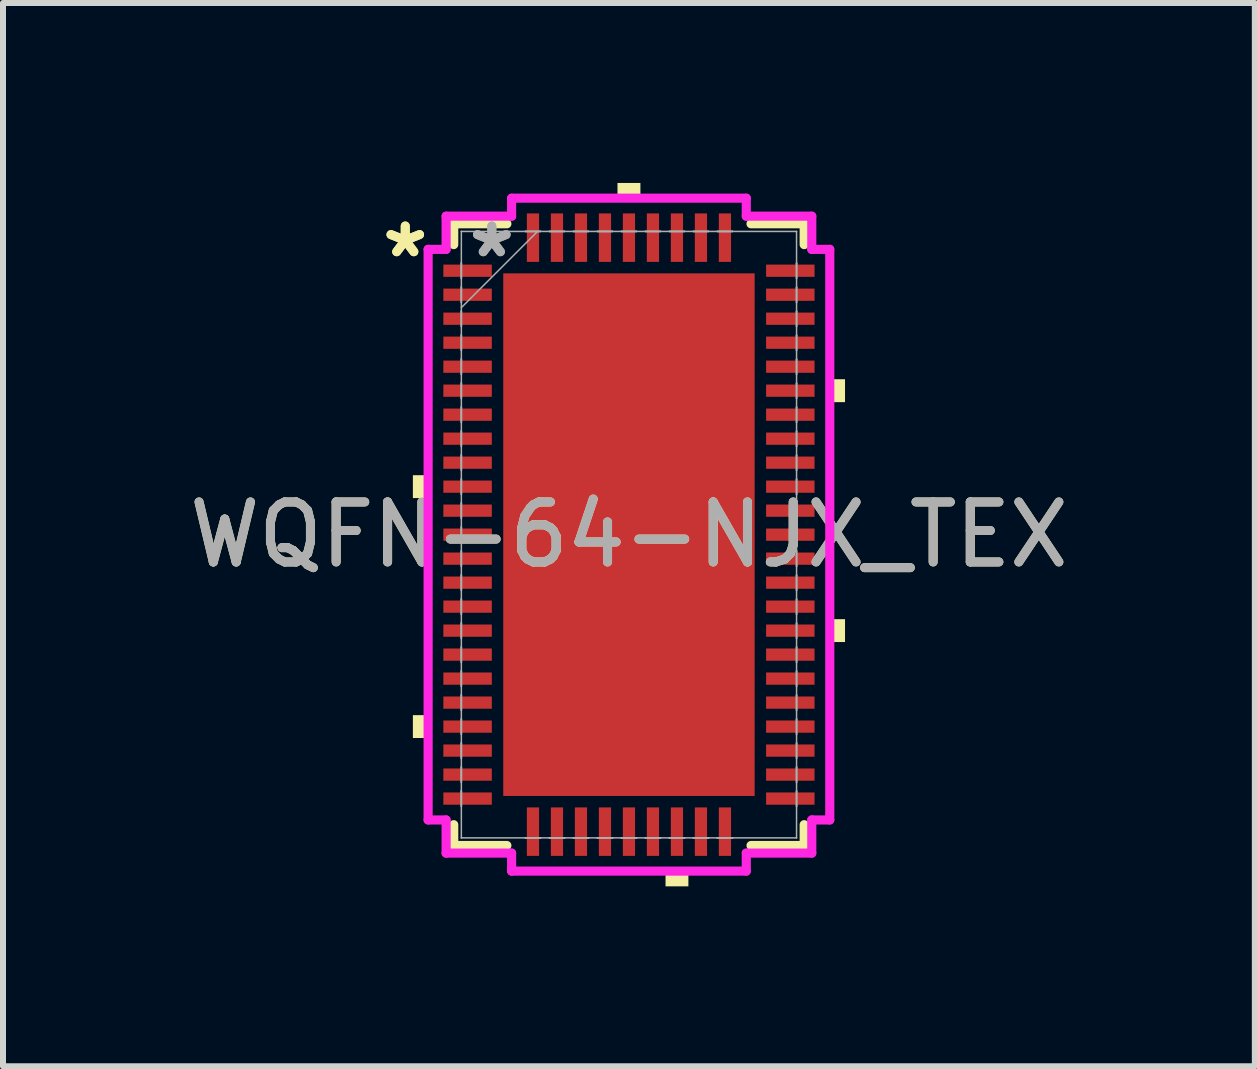
<source format=kicad_pcb>
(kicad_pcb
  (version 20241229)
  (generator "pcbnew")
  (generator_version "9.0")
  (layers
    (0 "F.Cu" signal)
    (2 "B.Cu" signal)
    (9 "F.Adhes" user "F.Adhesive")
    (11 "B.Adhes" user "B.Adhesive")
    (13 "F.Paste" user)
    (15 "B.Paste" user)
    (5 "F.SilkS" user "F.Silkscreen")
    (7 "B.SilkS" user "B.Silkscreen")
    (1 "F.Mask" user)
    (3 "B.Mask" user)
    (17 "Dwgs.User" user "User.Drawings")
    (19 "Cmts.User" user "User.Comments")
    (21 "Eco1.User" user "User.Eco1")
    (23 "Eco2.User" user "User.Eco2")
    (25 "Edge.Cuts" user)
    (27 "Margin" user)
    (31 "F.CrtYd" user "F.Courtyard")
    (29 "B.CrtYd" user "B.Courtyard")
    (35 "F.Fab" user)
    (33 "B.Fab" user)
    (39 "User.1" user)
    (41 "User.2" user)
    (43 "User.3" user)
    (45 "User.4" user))
  (footprint "WQFN-64-NJX_TEX"
    (layer "F.Cu")
    (at 7.435 5.863)
    (property "Reference" "WQFN-64-NJX_TEX" (at 0 0 0) (unlocked yes) (layer "F.SilkS") (effects (font (size 1 1) (thickness 0.15))))
    (attr smd)
    (fp_line (start -2.921 -5.182) (end -2.921 -4.835) (stroke (width 0.152) (type solid)) (layer "F.SilkS"))
    (fp_line (start -2.921 4.835) (end -2.921 5.182) (stroke (width 0.152) (type solid)) (layer "F.SilkS"))
    (fp_line (start -2.921 5.182) (end -2.035 5.182) (stroke (width 0.152) (type solid)) (layer "F.SilkS"))
    (fp_line (start -2.035 -5.182) (end -2.921 -5.182) (stroke (width 0.152) (type solid)) (layer "F.SilkS"))
    (fp_line (start 2.035 5.182) (end 2.921 5.182) (stroke (width 0.152) (type solid)) (layer "F.SilkS"))
    (fp_line (start 2.921 -5.182) (end 2.035 -5.182) (stroke (width 0.152) (type solid)) (layer "F.SilkS"))
    (fp_line (start 2.921 -4.835) (end 2.921 -5.182) (stroke (width 0.152) (type solid)) (layer "F.SilkS"))
    (fp_line (start 2.921 5.182) (end 2.921 4.835) (stroke (width 0.152) (type solid)) (layer "F.SilkS"))
    (fp_poly (pts (xy -3.602 -0.991) (xy -3.602 -0.61) (xy -3.348 -0.61) (xy -3.348 -0.991)) (stroke (width 0) (type solid)) (fill yes) (layer "F.SilkS"))
    (fp_poly (pts (xy -3.602 3.009) (xy -3.602 3.39) (xy -3.348 3.39) (xy -3.348 3.009)) (stroke (width 0) (type solid)) (fill yes) (layer "F.SilkS"))
    (fp_poly (pts (xy -0.191 -5.609) (xy -0.191 -5.863) (xy 0.191 -5.863) (xy 0.191 -5.609)) (stroke (width 0) (type solid)) (fill yes) (layer "F.SilkS"))
    (fp_poly (pts (xy 0.61 5.609) (xy 0.61 5.863) (xy 0.991 5.863) (xy 0.991 5.609)) (stroke (width 0) (type solid)) (fill yes) (layer "F.SilkS"))
    (fp_poly (pts (xy 3.602 -2.591) (xy 3.602 -2.209) (xy 3.348 -2.209) (xy 3.348 -2.591)) (stroke (width 0) (type solid)) (fill yes) (layer "F.SilkS"))
    (fp_poly (pts (xy 3.602 1.409) (xy 3.602 1.79) (xy 3.348 1.79) (xy 3.348 1.409)) (stroke (width 0) (type solid)) (fill yes) (layer "F.SilkS"))
    (fp_poly (pts (xy -1.996 -4.256) (xy -1.996 -3.004) (xy -0.798 -3.004) (xy -0.798 -4.256)) (stroke (width 0) (type solid)) (fill yes) (layer "F.Paste"))
    (fp_poly (pts (xy -1.996 -2.804) (xy -1.996 -1.552) (xy -0.798 -1.552) (xy -0.798 -2.804)) (stroke (width 0) (type solid)) (fill yes) (layer "F.Paste"))
    (fp_poly (pts (xy -1.996 -1.352) (xy -1.996 -0.1) (xy -0.798 -0.1) (xy -0.798 -1.352)) (stroke (width 0) (type solid)) (fill yes) (layer "F.Paste"))
    (fp_poly (pts (xy -1.996 0.1) (xy -1.996 1.352) (xy -0.798 1.352) (xy -0.798 0.1)) (stroke (width 0) (type solid)) (fill yes) (layer "F.Paste"))
    (fp_poly (pts (xy -1.996 1.552) (xy -1.996 2.804) (xy -0.798 2.804) (xy -0.798 1.552)) (stroke (width 0) (type solid)) (fill yes) (layer "F.Paste"))
    (fp_poly (pts (xy -1.996 3.004) (xy -1.996 4.256) (xy -0.798 4.256) (xy -0.798 3.004)) (stroke (width 0) (type solid)) (fill yes) (layer "F.Paste"))
    (fp_poly (pts (xy -0.599 -4.256) (xy -0.599 -3.004) (xy 0.599 -3.004) (xy 0.599 -4.256)) (stroke (width 0) (type solid)) (fill yes) (layer "F.Paste"))
    (fp_poly (pts (xy -0.599 -2.804) (xy -0.599 -1.552) (xy 0.599 -1.552) (xy 0.599 -2.804)) (stroke (width 0) (type solid)) (fill yes) (layer "F.Paste"))
    (fp_poly (pts (xy -0.599 -1.352) (xy -0.599 -0.1) (xy 0.599 -0.1) (xy 0.599 -1.352)) (stroke (width 0) (type solid)) (fill yes) (layer "F.Paste"))
    (fp_poly (pts (xy -0.599 0.1) (xy -0.599 1.352) (xy 0.599 1.352) (xy 0.599 0.1)) (stroke (width 0) (type solid)) (fill yes) (layer "F.Paste"))
    (fp_poly (pts (xy -0.599 1.552) (xy -0.599 2.804) (xy 0.599 2.804) (xy 0.599 1.552)) (stroke (width 0) (type solid)) (fill yes) (layer "F.Paste"))
    (fp_poly (pts (xy -0.599 3.004) (xy -0.599 4.256) (xy 0.599 4.256) (xy 0.599 3.004)) (stroke (width 0) (type solid)) (fill yes) (layer "F.Paste"))
    (fp_poly (pts (xy 0.798 -4.256) (xy 0.798 -3.004) (xy 1.996 -3.004) (xy 1.996 -4.256)) (stroke (width 0) (type solid)) (fill yes) (layer "F.Paste"))
    (fp_poly (pts (xy 0.798 -2.804) (xy 0.798 -1.552) (xy 1.996 -1.552) (xy 1.996 -2.804)) (stroke (width 0) (type solid)) (fill yes) (layer "F.Paste"))
    (fp_poly (pts (xy 0.798 -1.352) (xy 0.798 -0.1) (xy 1.996 -0.1) (xy 1.996 -1.352)) (stroke (width 0) (type solid)) (fill yes) (layer "F.Paste"))
    (fp_poly (pts (xy 0.798 0.1) (xy 0.798 1.352) (xy 1.996 1.352) (xy 1.996 0.1)) (stroke (width 0) (type solid)) (fill yes) (layer "F.Paste"))
    (fp_poly (pts (xy 0.798 1.552) (xy 0.798 2.804) (xy 1.996 2.804) (xy 1.996 1.552)) (stroke (width 0) (type solid)) (fill yes) (layer "F.Paste"))
    (fp_poly (pts (xy 0.798 3.004) (xy 0.798 4.256) (xy 1.996 4.256) (xy 1.996 3.004)) (stroke (width 0) (type solid)) (fill yes) (layer "F.Paste"))
    (fp_line (start -3.348 -4.756) (end -3.048 -4.756) (stroke (width 0.152) (type solid)) (layer "F.CrtYd"))
    (fp_line (start -3.348 4.756) (end -3.348 -4.756) (stroke (width 0.152) (type solid)) (layer "F.CrtYd"))
    (fp_line (start -3.048 -5.309) (end -1.956 -5.309) (stroke (width 0.152) (type solid)) (layer "F.CrtYd"))
    (fp_line (start -3.048 -4.756) (end -3.048 -5.309) (stroke (width 0.152) (type solid)) (layer "F.CrtYd"))
    (fp_line (start -3.048 4.756) (end -3.348 4.756) (stroke (width 0.152) (type solid)) (layer "F.CrtYd"))
    (fp_line (start -3.048 5.309) (end -3.048 4.756) (stroke (width 0.152) (type solid)) (layer "F.CrtYd"))
    (fp_line (start -1.956 -5.609) (end 1.956 -5.609) (stroke (width 0.152) (type solid)) (layer "F.CrtYd"))
    (fp_line (start -1.956 -5.309) (end -1.956 -5.609) (stroke (width 0.152) (type solid)) (layer "F.CrtYd"))
    (fp_line (start -1.956 5.309) (end -3.048 5.309) (stroke (width 0.152) (type solid)) (layer "F.CrtYd"))
    (fp_line (start -1.956 5.609) (end -1.956 5.309) (stroke (width 0.152) (type solid)) (layer "F.CrtYd"))
    (fp_line (start 1.956 -5.609) (end 1.956 -5.309) (stroke (width 0.152) (type solid)) (layer "F.CrtYd"))
    (fp_line (start 1.956 -5.309) (end 3.048 -5.309) (stroke (width 0.152) (type solid)) (layer "F.CrtYd"))
    (fp_line (start 1.956 5.309) (end 1.956 5.609) (stroke (width 0.152) (type solid)) (layer "F.CrtYd"))
    (fp_line (start 1.956 5.609) (end -1.956 5.609) (stroke (width 0.152) (type solid)) (layer "F.CrtYd"))
    (fp_line (start 3.048 -5.309) (end 3.048 -4.756) (stroke (width 0.152) (type solid)) (layer "F.CrtYd"))
    (fp_line (start 3.048 -4.756) (end 3.348 -4.756) (stroke (width 0.152) (type solid)) (layer "F.CrtYd"))
    (fp_line (start 3.048 4.756) (end 3.048 5.309) (stroke (width 0.152) (type solid)) (layer "F.CrtYd"))
    (fp_line (start 3.048 5.309) (end 1.956 5.309) (stroke (width 0.152) (type solid)) (layer "F.CrtYd"))
    (fp_line (start 3.348 -4.756) (end 3.348 4.756) (stroke (width 0.152) (type solid)) (layer "F.CrtYd"))
    (fp_line (start 3.348 4.756) (end 3.048 4.756) (stroke (width 0.152) (type solid)) (layer "F.CrtYd"))
    (fp_line (start -2.794 -5.055) (end -2.794 -5.055) (stroke (width 0.025) (type solid)) (layer "F.Fab"))
    (fp_line (start -2.794 -5.055) (end -2.794 5.055) (stroke (width 0.025) (type solid)) (layer "F.Fab"))
    (fp_line (start -2.794 -4.527) (end -2.794 -4.527) (stroke (width 0.025) (type solid)) (layer "F.Fab"))
    (fp_line (start -2.794 -4.527) (end -2.794 -4.273) (stroke (width 0.025) (type solid)) (layer "F.Fab"))
    (fp_line (start -2.794 -4.273) (end -2.794 -4.527) (stroke (width 0.025) (type solid)) (layer "F.Fab"))
    (fp_line (start -2.794 -4.273) (end -2.794 -4.273) (stroke (width 0.025) (type solid)) (layer "F.Fab"))
    (fp_line (start -2.794 -4.127) (end -2.794 -4.127) (stroke (width 0.025) (type solid)) (layer "F.Fab"))
    (fp_line (start -2.794 -4.127) (end -2.794 -3.873) (stroke (width 0.025) (type solid)) (layer "F.Fab"))
    (fp_line (start -2.794 -3.873) (end -2.794 -4.127) (stroke (width 0.025) (type solid)) (layer "F.Fab"))
    (fp_line (start -2.794 -3.873) (end -2.794 -3.873) (stroke (width 0.025) (type solid)) (layer "F.Fab"))
    (fp_line (start -2.794 -3.785) (end -1.524 -5.055) (stroke (width 0.025) (type solid)) (layer "F.Fab"))
    (fp_line (start -2.794 -3.727) (end -2.794 -3.727) (stroke (width 0.025) (type solid)) (layer "F.Fab"))
    (fp_line (start -2.794 -3.727) (end -2.794 -3.473) (stroke (width 0.025) (type solid)) (layer "F.Fab"))
    (fp_line (start -2.794 -3.473) (end -2.794 -3.727) (stroke (width 0.025) (type solid)) (layer "F.Fab"))
    (fp_line (start -2.794 -3.473) (end -2.794 -3.473) (stroke (width 0.025) (type solid)) (layer "F.Fab"))
    (fp_line (start -2.794 -3.327) (end -2.794 -3.327) (stroke (width 0.025) (type solid)) (layer "F.Fab"))
    (fp_line (start -2.794 -3.327) (end -2.794 -3.073) (stroke (width 0.025) (type solid)) (layer "F.Fab"))
    (fp_line (start -2.794 -3.073) (end -2.794 -3.327) (stroke (width 0.025) (type solid)) (layer "F.Fab"))
    (fp_line (start -2.794 -3.073) (end -2.794 -3.073) (stroke (width 0.025) (type solid)) (layer "F.Fab"))
    (fp_line (start -2.794 -2.927) (end -2.794 -2.927) (stroke (width 0.025) (type solid)) (layer "F.Fab"))
    (fp_line (start -2.794 -2.927) (end -2.794 -2.673) (stroke (width 0.025) (type solid)) (layer "F.Fab"))
    (fp_line (start -2.794 -2.673) (end -2.794 -2.927) (stroke (width 0.025) (type solid)) (layer "F.Fab"))
    (fp_line (start -2.794 -2.673) (end -2.794 -2.673) (stroke (width 0.025) (type solid)) (layer "F.Fab"))
    (fp_line (start -2.794 -2.527) (end -2.794 -2.527) (stroke (width 0.025) (type solid)) (layer "F.Fab"))
    (fp_line (start -2.794 -2.527) (end -2.794 -2.273) (stroke (width 0.025) (type solid)) (layer "F.Fab"))
    (fp_line (start -2.794 -2.273) (end -2.794 -2.527) (stroke (width 0.025) (type solid)) (layer "F.Fab"))
    (fp_line (start -2.794 -2.273) (end -2.794 -2.273) (stroke (width 0.025) (type solid)) (layer "F.Fab"))
    (fp_line (start -2.794 -2.127) (end -2.794 -2.127) (stroke (width 0.025) (type solid)) (layer "F.Fab"))
    (fp_line (start -2.794 -2.127) (end -2.794 -1.873) (stroke (width 0.025) (type solid)) (layer "F.Fab"))
    (fp_line (start -2.794 -1.873) (end -2.794 -2.127) (stroke (width 0.025) (type solid)) (layer "F.Fab"))
    (fp_line (start -2.794 -1.873) (end -2.794 -1.873) (stroke (width 0.025) (type solid)) (layer "F.Fab"))
    (fp_line (start -2.794 -1.727) (end -2.794 -1.727) (stroke (width 0.025) (type solid)) (layer "F.Fab"))
    (fp_line (start -2.794 -1.727) (end -2.794 -1.473) (stroke (width 0.025) (type solid)) (layer "F.Fab"))
    (fp_line (start -2.794 -1.473) (end -2.794 -1.727) (stroke (width 0.025) (type solid)) (layer "F.Fab"))
    (fp_line (start -2.794 -1.473) (end -2.794 -1.473) (stroke (width 0.025) (type solid)) (layer "F.Fab"))
    (fp_line (start -2.794 -1.327) (end -2.794 -1.327) (stroke (width 0.025) (type solid)) (layer "F.Fab"))
    (fp_line (start -2.794 -1.327) (end -2.794 -1.073) (stroke (width 0.025) (type solid)) (layer "F.Fab"))
    (fp_line (start -2.794 -1.073) (end -2.794 -1.327) (stroke (width 0.025) (type solid)) (layer "F.Fab"))
    (fp_line (start -2.794 -1.073) (end -2.794 -1.073) (stroke (width 0.025) (type solid)) (layer "F.Fab"))
    (fp_line (start -2.794 -0.927) (end -2.794 -0.927) (stroke (width 0.025) (type solid)) (layer "F.Fab"))
    (fp_line (start -2.794 -0.927) (end -2.794 -0.673) (stroke (width 0.025) (type solid)) (layer "F.Fab"))
    (fp_line (start -2.794 -0.673) (end -2.794 -0.927) (stroke (width 0.025) (type solid)) (layer "F.Fab"))
    (fp_line (start -2.794 -0.673) (end -2.794 -0.673) (stroke (width 0.025) (type solid)) (layer "F.Fab"))
    (fp_line (start -2.794 -0.527) (end -2.794 -0.527) (stroke (width 0.025) (type solid)) (layer "F.Fab"))
    (fp_line (start -2.794 -0.527) (end -2.794 -0.273) (stroke (width 0.025) (type solid)) (layer "F.Fab"))
    (fp_line (start -2.794 -0.273) (end -2.794 -0.527) (stroke (width 0.025) (type solid)) (layer "F.Fab"))
    (fp_line (start -2.794 -0.273) (end -2.794 -0.273) (stroke (width 0.025) (type solid)) (layer "F.Fab"))
    (fp_line (start -2.794 -0.127) (end -2.794 -0.127) (stroke (width 0.025) (type solid)) (layer "F.Fab"))
    (fp_line (start -2.794 -0.127) (end -2.794 0.127) (stroke (width 0.025) (type solid)) (layer "F.Fab"))
    (fp_line (start -2.794 0.127) (end -2.794 -0.127) (stroke (width 0.025) (type solid)) (layer "F.Fab"))
    (fp_line (start -2.794 0.127) (end -2.794 0.127) (stroke (width 0.025) (type solid)) (layer "F.Fab"))
    (fp_line (start -2.794 0.273) (end -2.794 0.273) (stroke (width 0.025) (type solid)) (layer "F.Fab"))
    (fp_line (start -2.794 0.273) (end -2.794 0.527) (stroke (width 0.025) (type solid)) (layer "F.Fab"))
    (fp_line (start -2.794 0.527) (end -2.794 0.273) (stroke (width 0.025) (type solid)) (layer "F.Fab"))
    (fp_line (start -2.794 0.527) (end -2.794 0.527) (stroke (width 0.025) (type solid)) (layer "F.Fab"))
    (fp_line (start -2.794 0.673) (end -2.794 0.673) (stroke (width 0.025) (type solid)) (layer "F.Fab"))
    (fp_line (start -2.794 0.673) (end -2.794 0.927) (stroke (width 0.025) (type solid)) (layer "F.Fab"))
    (fp_line (start -2.794 0.927) (end -2.794 0.673) (stroke (width 0.025) (type solid)) (layer "F.Fab"))
    (fp_line (start -2.794 0.927) (end -2.794 0.927) (stroke (width 0.025) (type solid)) (layer "F.Fab"))
    (fp_line (start -2.794 1.073) (end -2.794 1.073) (stroke (width 0.025) (type solid)) (layer "F.Fab"))
    (fp_line (start -2.794 1.073) (end -2.794 1.327) (stroke (width 0.025) (type solid)) (layer "F.Fab"))
    (fp_line (start -2.794 1.327) (end -2.794 1.073) (stroke (width 0.025) (type solid)) (layer "F.Fab"))
    (fp_line (start -2.794 1.327) (end -2.794 1.327) (stroke (width 0.025) (type solid)) (layer "F.Fab"))
    (fp_line (start -2.794 1.473) (end -2.794 1.473) (stroke (width 0.025) (type solid)) (layer "F.Fab"))
    (fp_line (start -2.794 1.473) (end -2.794 1.727) (stroke (width 0.025) (type solid)) (layer "F.Fab"))
    (fp_line (start -2.794 1.727) (end -2.794 1.473) (stroke (width 0.025) (type solid)) (layer "F.Fab"))
    (fp_line (start -2.794 1.727) (end -2.794 1.727) (stroke (width 0.025) (type solid)) (layer "F.Fab"))
    (fp_line (start -2.794 1.873) (end -2.794 1.873) (stroke (width 0.025) (type solid)) (layer "F.Fab"))
    (fp_line (start -2.794 1.873) (end -2.794 2.127) (stroke (width 0.025) (type solid)) (layer "F.Fab"))
    (fp_line (start -2.794 2.127) (end -2.794 1.873) (stroke (width 0.025) (type solid)) (layer "F.Fab"))
    (fp_line (start -2.794 2.127) (end -2.794 2.127) (stroke (width 0.025) (type solid)) (layer "F.Fab"))
    (fp_line (start -2.794 2.273) (end -2.794 2.273) (stroke (width 0.025) (type solid)) (layer "F.Fab"))
    (fp_line (start -2.794 2.273) (end -2.794 2.527) (stroke (width 0.025) (type solid)) (layer "F.Fab"))
    (fp_line (start -2.794 2.527) (end -2.794 2.273) (stroke (width 0.025) (type solid)) (layer "F.Fab"))
    (fp_line (start -2.794 2.527) (end -2.794 2.527) (stroke (width 0.025) (type solid)) (layer "F.Fab"))
    (fp_line (start -2.794 2.673) (end -2.794 2.673) (stroke (width 0.025) (type solid)) (layer "F.Fab"))
    (fp_line (start -2.794 2.673) (end -2.794 2.927) (stroke (width 0.025) (type solid)) (layer "F.Fab"))
    (fp_line (start -2.794 2.927) (end -2.794 2.673) (stroke (width 0.025) (type solid)) (layer "F.Fab"))
    (fp_line (start -2.794 2.927) (end -2.794 2.927) (stroke (width 0.025) (type solid)) (layer "F.Fab"))
    (fp_line (start -2.794 3.073) (end -2.794 3.073) (stroke (width 0.025) (type solid)) (layer "F.Fab"))
    (fp_line (start -2.794 3.073) (end -2.794 3.327) (stroke (width 0.025) (type solid)) (layer "F.Fab"))
    (fp_line (start -2.794 3.327) (end -2.794 3.073) (stroke (width 0.025) (type solid)) (layer "F.Fab"))
    (fp_line (start -2.794 3.327) (end -2.794 3.327) (stroke (width 0.025) (type solid)) (layer "F.Fab"))
    (fp_line (start -2.794 3.473) (end -2.794 3.473) (stroke (width 0.025) (type solid)) (layer "F.Fab"))
    (fp_line (start -2.794 3.473) (end -2.794 3.727) (stroke (width 0.025) (type solid)) (layer "F.Fab"))
    (fp_line (start -2.794 3.727) (end -2.794 3.473) (stroke (width 0.025) (type solid)) (layer "F.Fab"))
    (fp_line (start -2.794 3.727) (end -2.794 3.727) (stroke (width 0.025) (type solid)) (layer "F.Fab"))
    (fp_line (start -2.794 3.873) (end -2.794 3.873) (stroke (width 0.025) (type solid)) (layer "F.Fab"))
    (fp_line (start -2.794 3.873) (end -2.794 4.127) (stroke (width 0.025) (type solid)) (layer "F.Fab"))
    (fp_line (start -2.794 4.127) (end -2.794 3.873) (stroke (width 0.025) (type solid)) (layer "F.Fab"))
    (fp_line (start -2.794 4.127) (end -2.794 4.127) (stroke (width 0.025) (type solid)) (layer "F.Fab"))
    (fp_line (start -2.794 4.273) (end -2.794 4.273) (stroke (width 0.025) (type solid)) (layer "F.Fab"))
    (fp_line (start -2.794 4.273) (end -2.794 4.527) (stroke (width 0.025) (type solid)) (layer "F.Fab"))
    (fp_line (start -2.794 4.527) (end -2.794 4.273) (stroke (width 0.025) (type solid)) (layer "F.Fab"))
    (fp_line (start -2.794 4.527) (end -2.794 4.527) (stroke (width 0.025) (type solid)) (layer "F.Fab"))
    (fp_line (start -2.794 5.055) (end -2.794 5.055) (stroke (width 0.025) (type solid)) (layer "F.Fab"))
    (fp_line (start -2.794 5.055) (end 2.794 5.055) (stroke (width 0.025) (type solid)) (layer "F.Fab"))
    (fp_line (start -1.727 -5.055) (end -1.727 -5.055) (stroke (width 0.025) (type solid)) (layer "F.Fab"))
    (fp_line (start -1.727 -5.055) (end -1.473 -5.055) (stroke (width 0.025) (type solid)) (layer "F.Fab"))
    (fp_line (start -1.727 5.055) (end -1.727 5.055) (stroke (width 0.025) (type solid)) (layer "F.Fab"))
    (fp_line (start -1.727 5.055) (end -1.473 5.055) (stroke (width 0.025) (type solid)) (layer "F.Fab"))
    (fp_line (start -1.473 -5.055) (end -1.727 -5.055) (stroke (width 0.025) (type solid)) (layer "F.Fab"))
    (fp_line (start -1.473 -5.055) (end -1.473 -5.055) (stroke (width 0.025) (type solid)) (layer "F.Fab"))
    (fp_line (start -1.473 5.055) (end -1.727 5.055) (stroke (width 0.025) (type solid)) (layer "F.Fab"))
    (fp_line (start -1.473 5.055) (end -1.473 5.055) (stroke (width 0.025) (type solid)) (layer "F.Fab"))
    (fp_line (start -1.327 -5.055) (end -1.327 -5.055) (stroke (width 0.025) (type solid)) (layer "F.Fab"))
    (fp_line (start -1.327 -5.055) (end -1.073 -5.055) (stroke (width 0.025) (type solid)) (layer "F.Fab"))
    (fp_line (start -1.327 5.055) (end -1.327 5.055) (stroke (width 0.025) (type solid)) (layer "F.Fab"))
    (fp_line (start -1.327 5.055) (end -1.073 5.055) (stroke (width 0.025) (type solid)) (layer "F.Fab"))
    (fp_line (start -1.073 -5.055) (end -1.327 -5.055) (stroke (width 0.025) (type solid)) (layer "F.Fab"))
    (fp_line (start -1.073 -5.055) (end -1.073 -5.055) (stroke (width 0.025) (type solid)) (layer "F.Fab"))
    (fp_line (start -1.073 5.055) (end -1.327 5.055) (stroke (width 0.025) (type solid)) (layer "F.Fab"))
    (fp_line (start -1.073 5.055) (end -1.073 5.055) (stroke (width 0.025) (type solid)) (layer "F.Fab"))
    (fp_line (start -0.927 -5.055) (end -0.927 -5.055) (stroke (width 0.025) (type solid)) (layer "F.Fab"))
    (fp_line (start -0.927 -5.055) (end -0.673 -5.055) (stroke (width 0.025) (type solid)) (layer "F.Fab"))
    (fp_line (start -0.927 5.055) (end -0.927 5.055) (stroke (width 0.025) (type solid)) (layer "F.Fab"))
    (fp_line (start -0.927 5.055) (end -0.673 5.055) (stroke (width 0.025) (type solid)) (layer "F.Fab"))
    (fp_line (start -0.673 -5.055) (end -0.927 -5.055) (stroke (width 0.025) (type solid)) (layer "F.Fab"))
    (fp_line (start -0.673 -5.055) (end -0.673 -5.055) (stroke (width 0.025) (type solid)) (layer "F.Fab"))
    (fp_line (start -0.673 5.055) (end -0.927 5.055) (stroke (width 0.025) (type solid)) (layer "F.Fab"))
    (fp_line (start -0.673 5.055) (end -0.673 5.055) (stroke (width 0.025) (type solid)) (layer "F.Fab"))
    (fp_line (start -0.527 -5.055) (end -0.527 -5.055) (stroke (width 0.025) (type solid)) (layer "F.Fab"))
    (fp_line (start -0.527 -5.055) (end -0.273 -5.055) (stroke (width 0.025) (type solid)) (layer "F.Fab"))
    (fp_line (start -0.527 5.055) (end -0.527 5.055) (stroke (width 0.025) (type solid)) (layer "F.Fab"))
    (fp_line (start -0.527 5.055) (end -0.273 5.055) (stroke (width 0.025) (type solid)) (layer "F.Fab"))
    (fp_line (start -0.273 -5.055) (end -0.527 -5.055) (stroke (width 0.025) (type solid)) (layer "F.Fab"))
    (fp_line (start -0.273 -5.055) (end -0.273 -5.055) (stroke (width 0.025) (type solid)) (layer "F.Fab"))
    (fp_line (start -0.273 5.055) (end -0.527 5.055) (stroke (width 0.025) (type solid)) (layer "F.Fab"))
    (fp_line (start -0.273 5.055) (end -0.273 5.055) (stroke (width 0.025) (type solid)) (layer "F.Fab"))
    (fp_line (start -0.127 -5.055) (end -0.127 -5.055) (stroke (width 0.025) (type solid)) (layer "F.Fab"))
    (fp_line (start -0.127 -5.055) (end 0.127 -5.055) (stroke (width 0.025) (type solid)) (layer "F.Fab"))
    (fp_line (start -0.127 5.055) (end -0.127 5.055) (stroke (width 0.025) (type solid)) (layer "F.Fab"))
    (fp_line (start -0.127 5.055) (end 0.127 5.055) (stroke (width 0.025) (type solid)) (layer "F.Fab"))
    (fp_line (start 0.127 -5.055) (end -0.127 -5.055) (stroke (width 0.025) (type solid)) (layer "F.Fab"))
    (fp_line (start 0.127 -5.055) (end 0.127 -5.055) (stroke (width 0.025) (type solid)) (layer "F.Fab"))
    (fp_line (start 0.127 5.055) (end -0.127 5.055) (stroke (width 0.025) (type solid)) (layer "F.Fab"))
    (fp_line (start 0.127 5.055) (end 0.127 5.055) (stroke (width 0.025) (type solid)) (layer "F.Fab"))
    (fp_line (start 0.273 -5.055) (end 0.273 -5.055) (stroke (width 0.025) (type solid)) (layer "F.Fab"))
    (fp_line (start 0.273 -5.055) (end 0.527 -5.055) (stroke (width 0.025) (type solid)) (layer "F.Fab"))
    (fp_line (start 0.273 5.055) (end 0.273 5.055) (stroke (width 0.025) (type solid)) (layer "F.Fab"))
    (fp_line (start 0.273 5.055) (end 0.527 5.055) (stroke (width 0.025) (type solid)) (layer "F.Fab"))
    (fp_line (start 0.527 -5.055) (end 0.273 -5.055) (stroke (width 0.025) (type solid)) (layer "F.Fab"))
    (fp_line (start 0.527 -5.055) (end 0.527 -5.055) (stroke (width 0.025) (type solid)) (layer "F.Fab"))
    (fp_line (start 0.527 5.055) (end 0.273 5.055) (stroke (width 0.025) (type solid)) (layer "F.Fab"))
    (fp_line (start 0.527 5.055) (end 0.527 5.055) (stroke (width 0.025) (type solid)) (layer "F.Fab"))
    (fp_line (start 0.673 -5.055) (end 0.673 -5.055) (stroke (width 0.025) (type solid)) (layer "F.Fab"))
    (fp_line (start 0.673 -5.055) (end 0.927 -5.055) (stroke (width 0.025) (type solid)) (layer "F.Fab"))
    (fp_line (start 0.673 5.055) (end 0.673 5.055) (stroke (width 0.025) (type solid)) (layer "F.Fab"))
    (fp_line (start 0.673 5.055) (end 0.927 5.055) (stroke (width 0.025) (type solid)) (layer "F.Fab"))
    (fp_line (start 0.927 -5.055) (end 0.673 -5.055) (stroke (width 0.025) (type solid)) (layer "F.Fab"))
    (fp_line (start 0.927 -5.055) (end 0.927 -5.055) (stroke (width 0.025) (type solid)) (layer "F.Fab"))
    (fp_line (start 0.927 5.055) (end 0.673 5.055) (stroke (width 0.025) (type solid)) (layer "F.Fab"))
    (fp_line (start 0.927 5.055) (end 0.927 5.055) (stroke (width 0.025) (type solid)) (layer "F.Fab"))
    (fp_line (start 1.073 -5.055) (end 1.073 -5.055) (stroke (width 0.025) (type solid)) (layer "F.Fab"))
    (fp_line (start 1.073 -5.055) (end 1.327 -5.055) (stroke (width 0.025) (type solid)) (layer "F.Fab"))
    (fp_line (start 1.073 5.055) (end 1.073 5.055) (stroke (width 0.025) (type solid)) (layer "F.Fab"))
    (fp_line (start 1.073 5.055) (end 1.327 5.055) (stroke (width 0.025) (type solid)) (layer "F.Fab"))
    (fp_line (start 1.327 -5.055) (end 1.073 -5.055) (stroke (width 0.025) (type solid)) (layer "F.Fab"))
    (fp_line (start 1.327 -5.055) (end 1.327 -5.055) (stroke (width 0.025) (type solid)) (layer "F.Fab"))
    (fp_line (start 1.327 5.055) (end 1.073 5.055) (stroke (width 0.025) (type solid)) (layer "F.Fab"))
    (fp_line (start 1.327 5.055) (end 1.327 5.055) (stroke (width 0.025) (type solid)) (layer "F.Fab"))
    (fp_line (start 1.473 -5.055) (end 1.473 -5.055) (stroke (width 0.025) (type solid)) (layer "F.Fab"))
    (fp_line (start 1.473 -5.055) (end 1.727 -5.055) (stroke (width 0.025) (type solid)) (layer "F.Fab"))
    (fp_line (start 1.473 5.055) (end 1.473 5.055) (stroke (width 0.025) (type solid)) (layer "F.Fab"))
    (fp_line (start 1.473 5.055) (end 1.727 5.055) (stroke (width 0.025) (type solid)) (layer "F.Fab"))
    (fp_line (start 1.727 -5.055) (end 1.473 -5.055) (stroke (width 0.025) (type solid)) (layer "F.Fab"))
    (fp_line (start 1.727 -5.055) (end 1.727 -5.055) (stroke (width 0.025) (type solid)) (layer "F.Fab"))
    (fp_line (start 1.727 5.055) (end 1.473 5.055) (stroke (width 0.025) (type solid)) (layer "F.Fab"))
    (fp_line (start 1.727 5.055) (end 1.727 5.055) (stroke (width 0.025) (type solid)) (layer "F.Fab"))
    (fp_line (start 2.794 -5.055) (end -2.794 -5.055) (stroke (width 0.025) (type solid)) (layer "F.Fab"))
    (fp_line (start 2.794 -5.055) (end 2.794 -5.055) (stroke (width 0.025) (type solid)) (layer "F.Fab"))
    (fp_line (start 2.794 -4.527) (end 2.794 -4.527) (stroke (width 0.025) (type solid)) (layer "F.Fab"))
    (fp_line (start 2.794 -4.527) (end 2.794 -4.273) (stroke (width 0.025) (type solid)) (layer "F.Fab"))
    (fp_line (start 2.794 -4.273) (end 2.794 -4.527) (stroke (width 0.025) (type solid)) (layer "F.Fab"))
    (fp_line (start 2.794 -4.273) (end 2.794 -4.273) (stroke (width 0.025) (type solid)) (layer "F.Fab"))
    (fp_line (start 2.794 -4.127) (end 2.794 -4.127) (stroke (width 0.025) (type solid)) (layer "F.Fab"))
    (fp_line (start 2.794 -4.127) (end 2.794 -3.873) (stroke (width 0.025) (type solid)) (layer "F.Fab"))
    (fp_line (start 2.794 -3.873) (end 2.794 -4.127) (stroke (width 0.025) (type solid)) (layer "F.Fab"))
    (fp_line (start 2.794 -3.873) (end 2.794 -3.873) (stroke (width 0.025) (type solid)) (layer "F.Fab"))
    (fp_line (start 2.794 -3.727) (end 2.794 -3.727) (stroke (width 0.025) (type solid)) (layer "F.Fab"))
    (fp_line (start 2.794 -3.727) (end 2.794 -3.473) (stroke (width 0.025) (type solid)) (layer "F.Fab"))
    (fp_line (start 2.794 -3.473) (end 2.794 -3.727) (stroke (width 0.025) (type solid)) (layer "F.Fab"))
    (fp_line (start 2.794 -3.473) (end 2.794 -3.473) (stroke (width 0.025) (type solid)) (layer "F.Fab"))
    (fp_line (start 2.794 -3.327) (end 2.794 -3.327) (stroke (width 0.025) (type solid)) (layer "F.Fab"))
    (fp_line (start 2.794 -3.327) (end 2.794 -3.073) (stroke (width 0.025) (type solid)) (layer "F.Fab"))
    (fp_line (start 2.794 -3.073) (end 2.794 -3.327) (stroke (width 0.025) (type solid)) (layer "F.Fab"))
    (fp_line (start 2.794 -3.073) (end 2.794 -3.073) (stroke (width 0.025) (type solid)) (layer "F.Fab"))
    (fp_line (start 2.794 -2.927) (end 2.794 -2.927) (stroke (width 0.025) (type solid)) (layer "F.Fab"))
    (fp_line (start 2.794 -2.927) (end 2.794 -2.673) (stroke (width 0.025) (type solid)) (layer "F.Fab"))
    (fp_line (start 2.794 -2.673) (end 2.794 -2.927) (stroke (width 0.025) (type solid)) (layer "F.Fab"))
    (fp_line (start 2.794 -2.673) (end 2.794 -2.673) (stroke (width 0.025) (type solid)) (layer "F.Fab"))
    (fp_line (start 2.794 -2.527) (end 2.794 -2.527) (stroke (width 0.025) (type solid)) (layer "F.Fab"))
    (fp_line (start 2.794 -2.527) (end 2.794 -2.273) (stroke (width 0.025) (type solid)) (layer "F.Fab"))
    (fp_line (start 2.794 -2.273) (end 2.794 -2.527) (stroke (width 0.025) (type solid)) (layer "F.Fab"))
    (fp_line (start 2.794 -2.273) (end 2.794 -2.273) (stroke (width 0.025) (type solid)) (layer "F.Fab"))
    (fp_line (start 2.794 -2.127) (end 2.794 -2.127) (stroke (width 0.025) (type solid)) (layer "F.Fab"))
    (fp_line (start 2.794 -2.127) (end 2.794 -1.873) (stroke (width 0.025) (type solid)) (layer "F.Fab"))
    (fp_line (start 2.794 -1.873) (end 2.794 -2.127) (stroke (width 0.025) (type solid)) (layer "F.Fab"))
    (fp_line (start 2.794 -1.873) (end 2.794 -1.873) (stroke (width 0.025) (type solid)) (layer "F.Fab"))
    (fp_line (start 2.794 -1.727) (end 2.794 -1.727) (stroke (width 0.025) (type solid)) (layer "F.Fab"))
    (fp_line (start 2.794 -1.727) (end 2.794 -1.473) (stroke (width 0.025) (type solid)) (layer "F.Fab"))
    (fp_line (start 2.794 -1.473) (end 2.794 -1.727) (stroke (width 0.025) (type solid)) (layer "F.Fab"))
    (fp_line (start 2.794 -1.473) (end 2.794 -1.473) (stroke (width 0.025) (type solid)) (layer "F.Fab"))
    (fp_line (start 2.794 -1.327) (end 2.794 -1.327) (stroke (width 0.025) (type solid)) (layer "F.Fab"))
    (fp_line (start 2.794 -1.327) (end 2.794 -1.073) (stroke (width 0.025) (type solid)) (layer "F.Fab"))
    (fp_line (start 2.794 -1.073) (end 2.794 -1.327) (stroke (width 0.025) (type solid)) (layer "F.Fab"))
    (fp_line (start 2.794 -1.073) (end 2.794 -1.073) (stroke (width 0.025) (type solid)) (layer "F.Fab"))
    (fp_line (start 2.794 -0.927) (end 2.794 -0.927) (stroke (width 0.025) (type solid)) (layer "F.Fab"))
    (fp_line (start 2.794 -0.927) (end 2.794 -0.673) (stroke (width 0.025) (type solid)) (layer "F.Fab"))
    (fp_line (start 2.794 -0.673) (end 2.794 -0.927) (stroke (width 0.025) (type solid)) (layer "F.Fab"))
    (fp_line (start 2.794 -0.673) (end 2.794 -0.673) (stroke (width 0.025) (type solid)) (layer "F.Fab"))
    (fp_line (start 2.794 -0.527) (end 2.794 -0.527) (stroke (width 0.025) (type solid)) (layer "F.Fab"))
    (fp_line (start 2.794 -0.527) (end 2.794 -0.273) (stroke (width 0.025) (type solid)) (layer "F.Fab"))
    (fp_line (start 2.794 -0.273) (end 2.794 -0.527) (stroke (width 0.025) (type solid)) (layer "F.Fab"))
    (fp_line (start 2.794 -0.273) (end 2.794 -0.273) (stroke (width 0.025) (type solid)) (layer "F.Fab"))
    (fp_line (start 2.794 -0.127) (end 2.794 -0.127) (stroke (width 0.025) (type solid)) (layer "F.Fab"))
    (fp_line (start 2.794 -0.127) (end 2.794 0.127) (stroke (width 0.025) (type solid)) (layer "F.Fab"))
    (fp_line (start 2.794 0.127) (end 2.794 -0.127) (stroke (width 0.025) (type solid)) (layer "F.Fab"))
    (fp_line (start 2.794 0.127) (end 2.794 0.127) (stroke (width 0.025) (type solid)) (layer "F.Fab"))
    (fp_line (start 2.794 0.273) (end 2.794 0.273) (stroke (width 0.025) (type solid)) (layer "F.Fab"))
    (fp_line (start 2.794 0.273) (end 2.794 0.527) (stroke (width 0.025) (type solid)) (layer "F.Fab"))
    (fp_line (start 2.794 0.527) (end 2.794 0.273) (stroke (width 0.025) (type solid)) (layer "F.Fab"))
    (fp_line (start 2.794 0.527) (end 2.794 0.527) (stroke (width 0.025) (type solid)) (layer "F.Fab"))
    (fp_line (start 2.794 0.673) (end 2.794 0.673) (stroke (width 0.025) (type solid)) (layer "F.Fab"))
    (fp_line (start 2.794 0.673) (end 2.794 0.927) (stroke (width 0.025) (type solid)) (layer "F.Fab"))
    (fp_line (start 2.794 0.927) (end 2.794 0.673) (stroke (width 0.025) (type solid)) (layer "F.Fab"))
    (fp_line (start 2.794 0.927) (end 2.794 0.927) (stroke (width 0.025) (type solid)) (layer "F.Fab"))
    (fp_line (start 2.794 1.073) (end 2.794 1.073) (stroke (width 0.025) (type solid)) (layer "F.Fab"))
    (fp_line (start 2.794 1.073) (end 2.794 1.327) (stroke (width 0.025) (type solid)) (layer "F.Fab"))
    (fp_line (start 2.794 1.327) (end 2.794 1.073) (stroke (width 0.025) (type solid)) (layer "F.Fab"))
    (fp_line (start 2.794 1.327) (end 2.794 1.327) (stroke (width 0.025) (type solid)) (layer "F.Fab"))
    (fp_line (start 2.794 1.473) (end 2.794 1.473) (stroke (width 0.025) (type solid)) (layer "F.Fab"))
    (fp_line (start 2.794 1.473) (end 2.794 1.727) (stroke (width 0.025) (type solid)) (layer "F.Fab"))
    (fp_line (start 2.794 1.727) (end 2.794 1.473) (stroke (width 0.025) (type solid)) (layer "F.Fab"))
    (fp_line (start 2.794 1.727) (end 2.794 1.727) (stroke (width 0.025) (type solid)) (layer "F.Fab"))
    (fp_line (start 2.794 1.873) (end 2.794 1.873) (stroke (width 0.025) (type solid)) (layer "F.Fab"))
    (fp_line (start 2.794 1.873) (end 2.794 2.127) (stroke (width 0.025) (type solid)) (layer "F.Fab"))
    (fp_line (start 2.794 2.127) (end 2.794 1.873) (stroke (width 0.025) (type solid)) (layer "F.Fab"))
    (fp_line (start 2.794 2.127) (end 2.794 2.127) (stroke (width 0.025) (type solid)) (layer "F.Fab"))
    (fp_line (start 2.794 2.273) (end 2.794 2.273) (stroke (width 0.025) (type solid)) (layer "F.Fab"))
    (fp_line (start 2.794 2.273) (end 2.794 2.527) (stroke (width 0.025) (type solid)) (layer "F.Fab"))
    (fp_line (start 2.794 2.527) (end 2.794 2.273) (stroke (width 0.025) (type solid)) (layer "F.Fab"))
    (fp_line (start 2.794 2.527) (end 2.794 2.527) (stroke (width 0.025) (type solid)) (layer "F.Fab"))
    (fp_line (start 2.794 2.673) (end 2.794 2.673) (stroke (width 0.025) (type solid)) (layer "F.Fab"))
    (fp_line (start 2.794 2.673) (end 2.794 2.927) (stroke (width 0.025) (type solid)) (layer "F.Fab"))
    (fp_line (start 2.794 2.927) (end 2.794 2.673) (stroke (width 0.025) (type solid)) (layer "F.Fab"))
    (fp_line (start 2.794 2.927) (end 2.794 2.927) (stroke (width 0.025) (type solid)) (layer "F.Fab"))
    (fp_line (start 2.794 3.073) (end 2.794 3.073) (stroke (width 0.025) (type solid)) (layer "F.Fab"))
    (fp_line (start 2.794 3.073) (end 2.794 3.327) (stroke (width 0.025) (type solid)) (layer "F.Fab"))
    (fp_line (start 2.794 3.327) (end 2.794 3.073) (stroke (width 0.025) (type solid)) (layer "F.Fab"))
    (fp_line (start 2.794 3.327) (end 2.794 3.327) (stroke (width 0.025) (type solid)) (layer "F.Fab"))
    (fp_line (start 2.794 3.473) (end 2.794 3.473) (stroke (width 0.025) (type solid)) (layer "F.Fab"))
    (fp_line (start 2.794 3.473) (end 2.794 3.727) (stroke (width 0.025) (type solid)) (layer "F.Fab"))
    (fp_line (start 2.794 3.727) (end 2.794 3.473) (stroke (width 0.025) (type solid)) (layer "F.Fab"))
    (fp_line (start 2.794 3.727) (end 2.794 3.727) (stroke (width 0.025) (type solid)) (layer "F.Fab"))
    (fp_line (start 2.794 3.873) (end 2.794 3.873) (stroke (width 0.025) (type solid)) (layer "F.Fab"))
    (fp_line (start 2.794 3.873) (end 2.794 4.127) (stroke (width 0.025) (type solid)) (layer "F.Fab"))
    (fp_line (start 2.794 4.127) (end 2.794 3.873) (stroke (width 0.025) (type solid)) (layer "F.Fab"))
    (fp_line (start 2.794 4.127) (end 2.794 4.127) (stroke (width 0.025) (type solid)) (layer "F.Fab"))
    (fp_line (start 2.794 4.273) (end 2.794 4.273) (stroke (width 0.025) (type solid)) (layer "F.Fab"))
    (fp_line (start 2.794 4.273) (end 2.794 4.527) (stroke (width 0.025) (type solid)) (layer "F.Fab"))
    (fp_line (start 2.794 4.527) (end 2.794 4.273) (stroke (width 0.025) (type solid)) (layer "F.Fab"))
    (fp_line (start 2.794 4.527) (end 2.794 4.527) (stroke (width 0.025) (type solid)) (layer "F.Fab"))
    (fp_line (start 2.794 5.055) (end 2.794 -5.055) (stroke (width 0.025) (type solid)) (layer "F.Fab"))
    (fp_line (start 2.794 5.055) (end 2.794 5.055) (stroke (width 0.025) (type solid)) (layer "F.Fab"))
    (fp_text user "*" (at -3.729 -4.6 0) (layer "F.SilkS") (effects (font (size 1 1) (thickness 0.15))))
    (fp_text user "*" (at -3.729 -4.6 0) (unlocked yes) (layer "F.SilkS") (effects (font (size 1 1) (thickness 0.15))))
    (fp_text user "*" (at -2.286 -4.6 0) (layer "F.Fab") (effects (font (size 1 1) (thickness 0.15))))
    (fp_text user "${REFERENCE}" (at 0 0 0) (unlocked yes) (layer "F.Fab") (effects (font (size 1 1) (thickness 0.15))))
    (fp_text user "*" (at -2.286 -4.6 0) (unlocked yes) (layer "F.Fab") (effects (font (size 1 1) (thickness 0.15))))
    (pad "1" smd rect (at -2.69 -4.4 90) (size 0.204 0.808) (layers "F.Cu" "F.Mask" "F.Paste"))
    (pad "2" smd rect (at -2.69 -4 90) (size 0.204 0.808) (layers "F.Cu" "F.Mask" "F.Paste"))
    (pad "3" smd rect (at -2.69 -3.6 90) (size 0.204 0.808) (layers "F.Cu" "F.Mask" "F.Paste"))
    (pad "4" smd rect (at -2.69 -3.2 90) (size 0.204 0.808) (layers "F.Cu" "F.Mask" "F.Paste"))
    (pad "5" smd rect (at -2.69 -2.8 90) (size 0.204 0.808) (layers "F.Cu" "F.Mask" "F.Paste"))
    (pad "6" smd rect (at -2.69 -2.4 90) (size 0.204 0.808) (layers "F.Cu" "F.Mask" "F.Paste"))
    (pad "7" smd rect (at -2.69 -2 90) (size 0.204 0.808) (layers "F.Cu" "F.Mask" "F.Paste"))
    (pad "8" smd rect (at -2.69 -1.6 90) (size 0.204 0.808) (layers "F.Cu" "F.Mask" "F.Paste"))
    (pad "9" smd rect (at -2.69 -1.2 90) (size 0.204 0.808) (layers "F.Cu" "F.Mask" "F.Paste"))
    (pad "10" smd rect (at -2.69 -0.8 90) (size 0.204 0.808) (layers "F.Cu" "F.Mask" "F.Paste"))
    (pad "11" smd rect (at -2.69 -0.4 90) (size 0.204 0.808) (layers "F.Cu" "F.Mask" "F.Paste"))
    (pad "12" smd rect (at -2.69 0 90) (size 0.204 0.808) (layers "F.Cu" "F.Mask" "F.Paste"))
    (pad "13" smd rect (at -2.69 0.4 90) (size 0.204 0.808) (layers "F.Cu" "F.Mask" "F.Paste"))
    (pad "14" smd rect (at -2.69 0.8 90) (size 0.204 0.808) (layers "F.Cu" "F.Mask" "F.Paste"))
    (pad "15" smd rect (at -2.69 1.2 90) (size 0.204 0.808) (layers "F.Cu" "F.Mask" "F.Paste"))
    (pad "16" smd rect (at -2.69 1.6 90) (size 0.204 0.808) (layers "F.Cu" "F.Mask" "F.Paste"))
    (pad "17" smd rect (at -2.69 2 90) (size 0.204 0.808) (layers "F.Cu" "F.Mask" "F.Paste"))
    (pad "18" smd rect (at -2.69 2.4 90) (size 0.204 0.808) (layers "F.Cu" "F.Mask" "F.Paste"))
    (pad "19" smd rect (at -2.69 2.8 90) (size 0.204 0.808) (layers "F.Cu" "F.Mask" "F.Paste"))
    (pad "20" smd rect (at -2.69 3.2 90) (size 0.204 0.808) (layers "F.Cu" "F.Mask" "F.Paste"))
    (pad "21" smd rect (at -2.69 3.6 90) (size 0.204 0.808) (layers "F.Cu" "F.Mask" "F.Paste"))
    (pad "22" smd rect (at -2.69 4 90) (size 0.204 0.808) (layers "F.Cu" "F.Mask" "F.Paste"))
    (pad "23" smd rect (at -2.69 4.4 90) (size 0.204 0.808) (layers "F.Cu" "F.Mask" "F.Paste"))
    (pad "24" smd rect (at -1.6 4.951) (size 0.204 0.808) (layers "F.Cu" "F.Mask" "F.Paste"))
    (pad "25" smd rect (at -1.2 4.951) (size 0.204 0.808) (layers "F.Cu" "F.Mask" "F.Paste"))
    (pad "26" smd rect (at -0.8 4.951) (size 0.204 0.808) (layers "F.Cu" "F.Mask" "F.Paste"))
    (pad "27" smd rect (at -0.4 4.951) (size 0.204 0.808) (layers "F.Cu" "F.Mask" "F.Paste"))
    (pad "28" smd rect (at 0 4.951) (size 0.204 0.808) (layers "F.Cu" "F.Mask" "F.Paste"))
    (pad "29" smd rect (at 0.4 4.951) (size 0.204 0.808) (layers "F.Cu" "F.Mask" "F.Paste"))
    (pad "30" smd rect (at 0.8 4.951) (size 0.204 0.808) (layers "F.Cu" "F.Mask" "F.Paste"))
    (pad "31" smd rect (at 1.2 4.951) (size 0.204 0.808) (layers "F.Cu" "F.Mask" "F.Paste"))
    (pad "32" smd rect (at 1.6 4.951) (size 0.204 0.808) (layers "F.Cu" "F.Mask" "F.Paste"))
    (pad "33" smd rect (at 2.69 4.4 90) (size 0.204 0.808) (layers "F.Cu" "F.Mask" "F.Paste"))
    (pad "34" smd rect (at 2.69 4 90) (size 0.204 0.808) (layers "F.Cu" "F.Mask" "F.Paste"))
    (pad "35" smd rect (at 2.69 3.6 90) (size 0.204 0.808) (layers "F.Cu" "F.Mask" "F.Paste"))
    (pad "36" smd rect (at 2.69 3.2 90) (size 0.204 0.808) (layers "F.Cu" "F.Mask" "F.Paste"))
    (pad "37" smd rect (at 2.69 2.8 90) (size 0.204 0.808) (layers "F.Cu" "F.Mask" "F.Paste"))
    (pad "38" smd rect (at 2.69 2.4 90) (size 0.204 0.808) (layers "F.Cu" "F.Mask" "F.Paste"))
    (pad "39" smd rect (at 2.69 2 90) (size 0.204 0.808) (layers "F.Cu" "F.Mask" "F.Paste"))
    (pad "40" smd rect (at 2.69 1.6 90) (size 0.204 0.808) (layers "F.Cu" "F.Mask" "F.Paste"))
    (pad "41" smd rect (at 2.69 1.2 90) (size 0.204 0.808) (layers "F.Cu" "F.Mask" "F.Paste"))
    (pad "42" smd rect (at 2.69 0.8 90) (size 0.204 0.808) (layers "F.Cu" "F.Mask" "F.Paste"))
    (pad "43" smd rect (at 2.69 0.4 90) (size 0.204 0.808) (layers "F.Cu" "F.Mask" "F.Paste"))
    (pad "44" smd rect (at 2.69 0 90) (size 0.204 0.808) (layers "F.Cu" "F.Mask" "F.Paste"))
    (pad "45" smd rect (at 2.69 -0.4 90) (size 0.204 0.808) (layers "F.Cu" "F.Mask" "F.Paste"))
    (pad "46" smd rect (at 2.69 -0.8 90) (size 0.204 0.808) (layers "F.Cu" "F.Mask" "F.Paste"))
    (pad "47" smd rect (at 2.69 -1.2 90) (size 0.204 0.808) (layers "F.Cu" "F.Mask" "F.Paste"))
    (pad "48" smd rect (at 2.69 -1.6 90) (size 0.204 0.808) (layers "F.Cu" "F.Mask" "F.Paste"))
    (pad "49" smd rect (at 2.69 -2 90) (size 0.204 0.808) (layers "F.Cu" "F.Mask" "F.Paste"))
    (pad "50" smd rect (at 2.69 -2.4 90) (size 0.204 0.808) (layers "F.Cu" "F.Mask" "F.Paste"))
    (pad "51" smd rect (at 2.69 -2.8 90) (size 0.204 0.808) (layers "F.Cu" "F.Mask" "F.Paste"))
    (pad "52" smd rect (at 2.69 -3.2 90) (size 0.204 0.808) (layers "F.Cu" "F.Mask" "F.Paste"))
    (pad "53" smd rect (at 2.69 -3.6 90) (size 0.204 0.808) (layers "F.Cu" "F.Mask" "F.Paste"))
    (pad "54" smd rect (at 2.69 -4 90) (size 0.204 0.808) (layers "F.Cu" "F.Mask" "F.Paste"))
    (pad "55" smd rect (at 2.69 -4.4 90) (size 0.204 0.808) (layers "F.Cu" "F.Mask" "F.Paste"))
    (pad "56" smd rect (at 1.6 -4.951) (size 0.204 0.808) (layers "F.Cu" "F.Mask" "F.Paste"))
    (pad "57" smd rect (at 1.2 -4.951) (size 0.204 0.808) (layers "F.Cu" "F.Mask" "F.Paste"))
    (pad "58" smd rect (at 0.8 -4.951) (size 0.204 0.808) (layers "F.Cu" "F.Mask" "F.Paste"))
    (pad "59" smd rect (at 0.4 -4.951) (size 0.204 0.808) (layers "F.Cu" "F.Mask" "F.Paste"))
    (pad "60" smd rect (at 0 -4.951) (size 0.204 0.808) (layers "F.Cu" "F.Mask" "F.Paste"))
    (pad "61" smd rect (at -0.4 -4.951) (size 0.204 0.808) (layers "F.Cu" "F.Mask" "F.Paste"))
    (pad "62" smd rect (at -0.8 -4.951) (size 0.204 0.808) (layers "F.Cu" "F.Mask" "F.Paste"))
    (pad "63" smd rect (at -1.2 -4.951) (size 0.204 0.808) (layers "F.Cu" "F.Mask" "F.Paste"))
    (pad "64" smd rect (at -1.6 -4.951) (size 0.204 0.808) (layers "F.Cu" "F.Mask" "F.Paste"))
    (pad "65" smd rect (at 0 0) (size 4.191 8.712) (layers "F.Cu" "F.Mask" "F.Paste")))
  (gr_rect
    (start -3 -3)
    (end 17.869 14.725)
    (stroke (width 0.1) (type default))
    (fill no)
    (layer "Edge.Cuts")))
</source>
